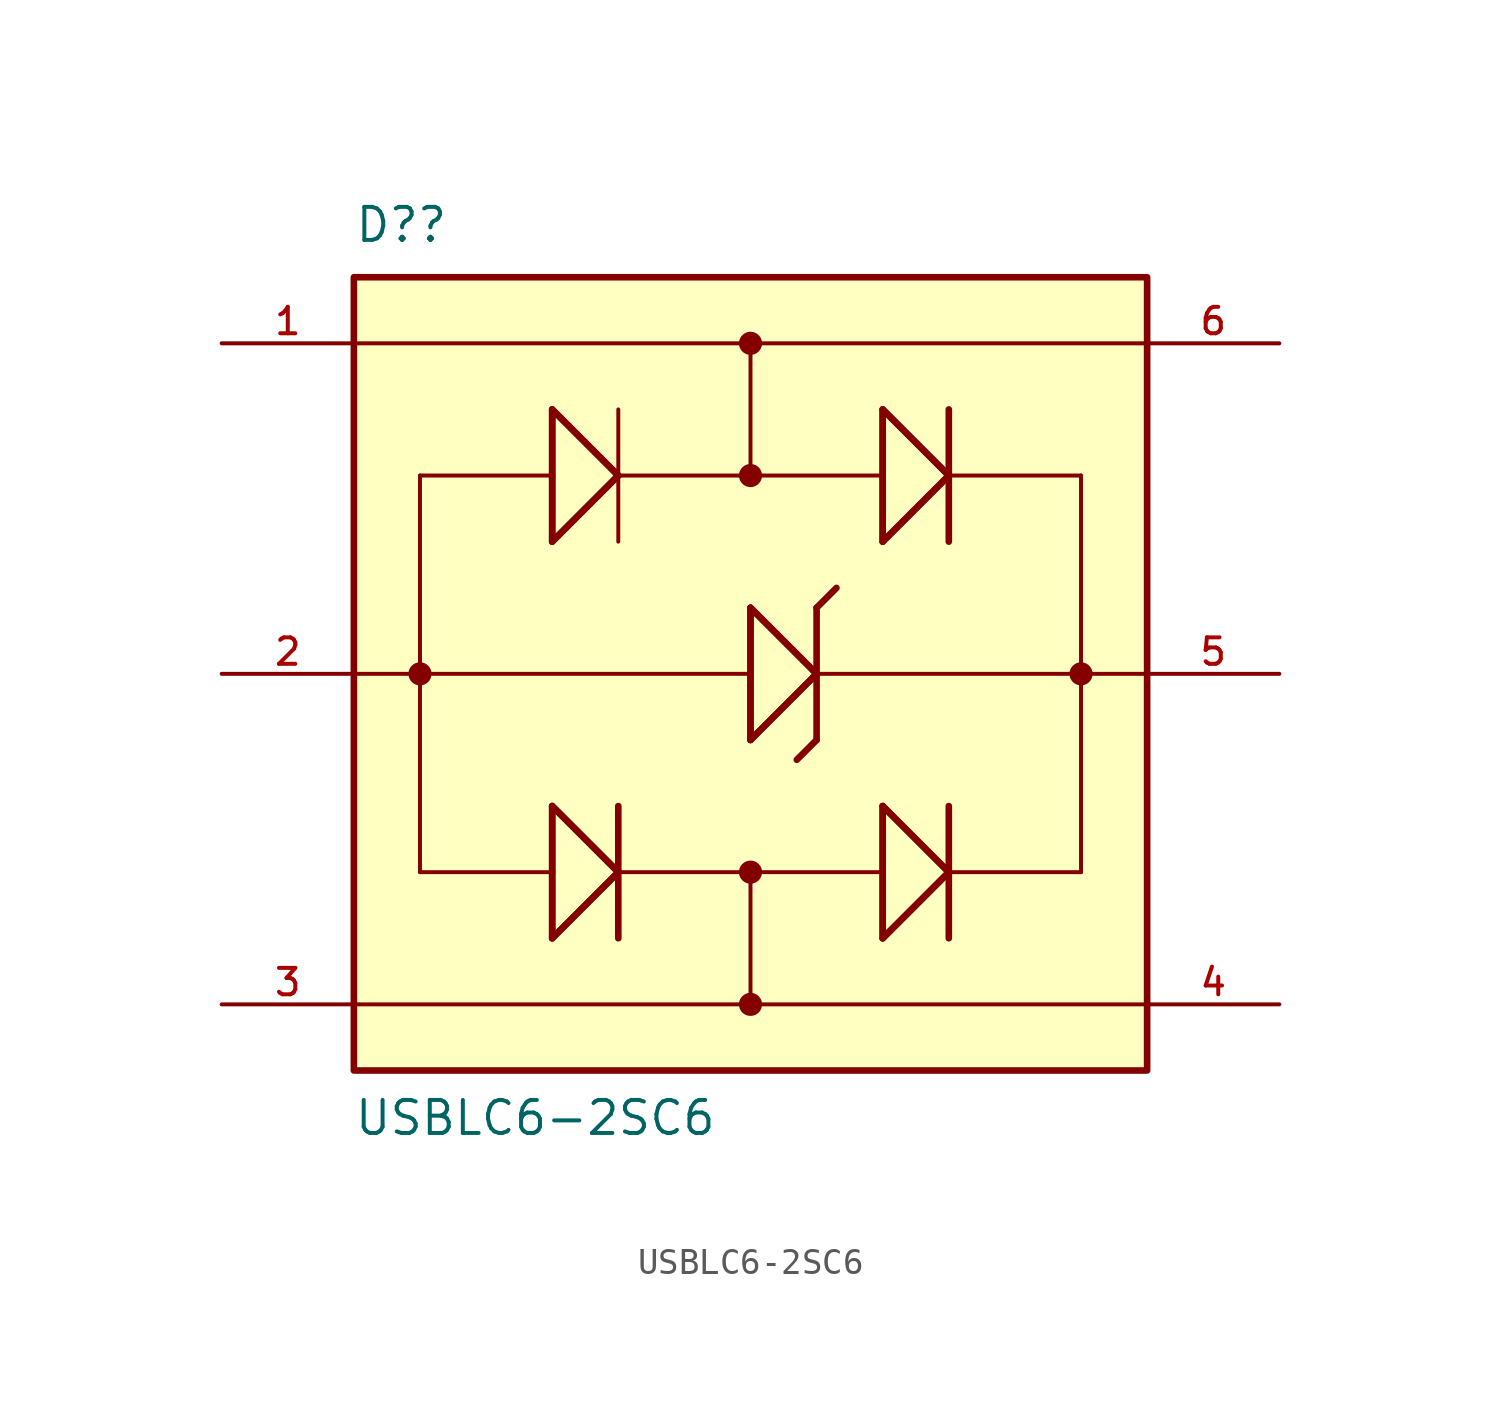
<source format=kicad_sym>
(kicad_symbol_lib
  (version 20220914)
  (generator kicad_symbol_editor)
  (symbol "USBLC6-2SC6"
    (pin_names
      (offset 1.016) hide)
    (property "Reference" "D?"
      (at -15.24 16.51 0)
      (effects (font (size 1.27 1.27)) (justify left bottom)))
    (property "Value" "USBLC6-2SC6"
      (at -15.265 -17.805 0)
      (effects (font (size 1.27 1.27)) (justify left bottom)))
    (property "ki_locked" ""
      (at 0 0 0)
      (effects (font (size 1.27 1.27))))
    (symbol "USBLC6-2SC6_0_0"
      (rectangle (start -15.24 -15.24) (end 15.24 15.24) (stroke (width 0.254) (type default)) (fill (type background)))
      (circle (center -12.7 0) (radius 0.254) (stroke (width 0.381) (type default)) (fill (type none)))
      (circle (center 0 -12.7) (radius 0.254) (stroke (width 0.381) (type default)) (fill (type none)))
      (circle (center 0 -7.62) (radius 0.254) (stroke (width 0.381) (type default)) (fill (type none)))
      (polyline (pts (xy -15.24 -12.7) (xy 0 -12.7)) (stroke (width 0.152) (type default)) (fill (type none)))
      (polyline (pts (xy -15.24 12.7) (xy 0 12.7)) (stroke (width 0.152) (type default)) (fill (type none)))
      (polyline (pts (xy -12.7 -7.62) (xy -7.62 -7.62)) (stroke (width 0.152) (type default)) (fill (type none)))
      (polyline (pts (xy -12.7 0) (xy -15.24 0)) (stroke (width 0.152) (type default)) (fill (type none)))
      (polyline (pts (xy -12.7 0) (xy -12.7 -7.62)) (stroke (width 0.152) (type default)) (fill (type none)))
      (polyline (pts (xy -12.7 0) (xy 0 0)) (stroke (width 0.152) (type default)) (fill (type none)))
      (polyline (pts (xy -12.7 7.62) (xy -12.7 0)) (stroke (width 0.152) (type default)) (fill (type none)))
      (polyline (pts (xy -12.7 7.62) (xy -7.62 7.62)) (stroke (width 0.152) (type default)) (fill (type none)))
      (polyline (pts (xy -7.62 -10.16) (xy -7.62 -7.62)) (stroke (width 0.254) (type default)) (fill (type none)))
      (polyline (pts (xy -7.62 -7.62) (xy -7.62 -5.08)) (stroke (width 0.254) (type default)) (fill (type none)))
      (polyline (pts (xy -7.62 -5.08) (xy -5.08 -7.62)) (stroke (width 0.254) (type default)) (fill (type none)))
      (polyline (pts (xy -7.62 5.08) (xy -7.62 7.62)) (stroke (width 0.254) (type default)) (fill (type none)))
      (polyline (pts (xy -7.62 7.62) (xy -7.62 10.16)) (stroke (width 0.254) (type default)) (fill (type none)))
      (polyline (pts (xy -7.62 10.16) (xy -5.08 7.62)) (stroke (width 0.254) (type default)) (fill (type none)))
      (polyline (pts (xy -5.08 -7.62) (xy -7.62 -10.16)) (stroke (width 0.254) (type default)) (fill (type none)))
      (polyline (pts (xy -5.08 -7.62) (xy -5.08 -10.16)) (stroke (width 0.254) (type default)) (fill (type none)))
      (polyline (pts (xy -5.08 -7.62) (xy 0 -7.62)) (stroke (width 0.152) (type default)) (fill (type none)))
      (polyline (pts (xy -5.08 -5.08) (xy -5.08 -7.62)) (stroke (width 0.254) (type default)) (fill (type none)))
      (polyline (pts (xy -5.08 7.62) (xy -7.62 5.08)) (stroke (width 0.254) (type default)) (fill (type none)))
      (polyline (pts (xy -5.08 7.62) (xy -5.08 5.08)) (stroke (width 0.152) (type default)) (fill (type none)))
      (polyline (pts (xy -5.08 7.62) (xy 0 7.62)) (stroke (width 0.152) (type default)) (fill (type none)))
      (polyline (pts (xy -5.08 10.16) (xy -5.08 7.62)) (stroke (width 0.152) (type default)) (fill (type none)))
      (polyline (pts (xy 0 -7.62) (xy 0 -12.7)) (stroke (width 0.152) (type default)) (fill (type none)))
      (polyline (pts (xy 0 -7.62) (xy 5.08 -7.62)) (stroke (width 0.152) (type default)) (fill (type none)))
      (polyline (pts (xy 0 -2.54) (xy 0 0)) (stroke (width 0.254) (type default)) (fill (type none)))
      (polyline (pts (xy 0 0) (xy 0 2.54)) (stroke (width 0.254) (type default)) (fill (type none)))
      (polyline (pts (xy 0 2.54) (xy 2.54 0)) (stroke (width 0.254) (type default)) (fill (type none)))
      (polyline (pts (xy 0 7.62) (xy 0 12.7)) (stroke (width 0.152) (type default)) (fill (type none)))
      (polyline (pts (xy 0 7.62) (xy 5.08 7.62)) (stroke (width 0.152) (type default)) (fill (type none)))
      (polyline (pts (xy 0 12.7) (xy 15.24 12.7)) (stroke (width 0.152) (type default)) (fill (type none)))
      (polyline (pts (xy 2.54 -2.54) (xy 1.778 -3.302)) (stroke (width 0.254) (type default)) (fill (type none)))
      (polyline (pts (xy 2.54 0) (xy 0 -2.54)) (stroke (width 0.254) (type default)) (fill (type none)))
      (polyline (pts (xy 2.54 0) (xy 12.7 0)) (stroke (width 0.152) (type default)) (fill (type none)))
      (polyline (pts (xy 2.54 2.54) (xy 2.54 -2.54)) (stroke (width 0.254) (type default)) (fill (type none)))
      (polyline (pts (xy 2.54 2.54) (xy 3.302 3.302)) (stroke (width 0.254) (type default)) (fill (type none)))
      (polyline (pts (xy 5.08 -10.16) (xy 5.08 -7.62)) (stroke (width 0.254) (type default)) (fill (type none)))
      (polyline (pts (xy 5.08 -7.62) (xy 5.08 -5.08)) (stroke (width 0.254) (type default)) (fill (type none)))
      (polyline (pts (xy 5.08 -5.08) (xy 7.62 -7.62)) (stroke (width 0.254) (type default)) (fill (type none)))
      (polyline (pts (xy 5.08 5.08) (xy 5.08 7.62)) (stroke (width 0.254) (type default)) (fill (type none)))
      (polyline (pts (xy 5.08 7.62) (xy 5.08 10.16)) (stroke (width 0.254) (type default)) (fill (type none)))
      (polyline (pts (xy 5.08 10.16) (xy 7.62 7.62)) (stroke (width 0.254) (type default)) (fill (type none)))
      (polyline (pts (xy 7.62 -7.62) (xy 5.08 -10.16)) (stroke (width 0.254) (type default)) (fill (type none)))
      (polyline (pts (xy 7.62 -7.62) (xy 7.62 -10.16)) (stroke (width 0.254) (type default)) (fill (type none)))
      (polyline (pts (xy 7.62 -7.62) (xy 12.7 -7.62)) (stroke (width 0.152) (type default)) (fill (type none)))
      (polyline (pts (xy 7.62 -5.08) (xy 7.62 -7.62)) (stroke (width 0.254) (type default)) (fill (type none)))
      (polyline (pts (xy 7.62 7.62) (xy 5.08 5.08)) (stroke (width 0.254) (type default)) (fill (type none)))
      (polyline (pts (xy 7.62 7.62) (xy 7.62 5.08)) (stroke (width 0.254) (type default)) (fill (type none)))
      (polyline (pts (xy 7.62 7.62) (xy 12.7 7.62)) (stroke (width 0.152) (type default)) (fill (type none)))
      (polyline (pts (xy 7.62 10.16) (xy 7.62 7.62)) (stroke (width 0.254) (type default)) (fill (type none)))
      (polyline (pts (xy 12.7 0) (xy 12.7 -7.62)) (stroke (width 0.152) (type default)) (fill (type none)))
      (polyline (pts (xy 12.7 0) (xy 15.24 0)) (stroke (width 0.152) (type default)) (fill (type none)))
      (polyline (pts (xy 12.7 7.62) (xy 12.7 0)) (stroke (width 0.152) (type default)) (fill (type none)))
      (polyline (pts (xy 15.24 -12.7) (xy 0 -12.7)) (stroke (width 0.152) (type default)) (fill (type none)))
      (polyline (pts (xy -7.62 -5.08) (xy -7.62 -10.16) (xy -5.08 -7.62) (xy -7.62 -5.08)) (stroke (width 0.254) (type default)) (fill (type background)))
      (polyline (pts (xy -7.62 10.16) (xy -7.62 5.08) (xy -5.08 7.62) (xy -7.62 10.16)) (stroke (width 0.254) (type default)) (fill (type background)))
      (polyline (pts (xy 0 2.54) (xy 0 -2.54) (xy 2.54 0) (xy 0 2.54)) (stroke (width 0.254) (type default)) (fill (type background)))
      (polyline (pts (xy 5.08 -5.08) (xy 5.08 -10.16) (xy 7.62 -7.62) (xy 5.08 -5.08)) (stroke (width 0.254) (type default)) (fill (type background)))
      (polyline (pts (xy 5.08 10.16) (xy 5.08 5.08) (xy 7.62 7.62) (xy 5.08 10.16)) (stroke (width 0.254) (type default)) (fill (type background)))
      (circle (center 0 7.62) (radius 0.254) (stroke (width 0.381) (type default)) (fill (type none)))
      (circle (center 0 12.7) (radius 0.254) (stroke (width 0.381) (type default)) (fill (type none)))
      (circle (center 12.7 0) (radius 0.254) (stroke (width 0.381) (type default)) (fill (type none)))
      (pin bidirectional line (at -20.32 12.7 0) (length 5.08) (name "~" (effects (font (size 1.016 1.016)))) (number "1" (effects (font (size 1.016 1.016)))))
      (pin power_in line (at -20.32 0 0) (length 5.08) (name "~" (effects (font (size 1.016 1.016)))) (number "2" (effects (font (size 1.016 1.016)))))
      (pin bidirectional line (at -20.32 -12.7 0) (length 5.08) (name "~" (effects (font (size 1.016 1.016)))) (number "3" (effects (font (size 1.016 1.016)))))
      (pin bidirectional line (at 20.32 -12.7 180) (length 5.08) (name "~" (effects (font (size 1.016 1.016)))) (number "4" (effects (font (size 1.016 1.016)))))
      (pin power_in line (at 20.32 0 180) (length 5.08) (name "~" (effects (font (size 1.016 1.016)))) (number "5" (effects (font (size 1.016 1.016)))))
      (pin bidirectional line (at 20.32 12.7 180) (length 5.08) (name "~" (effects (font (size 1.016 1.016)))) (number "6" (effects (font (size 1.016 1.016))))))))
</source>
